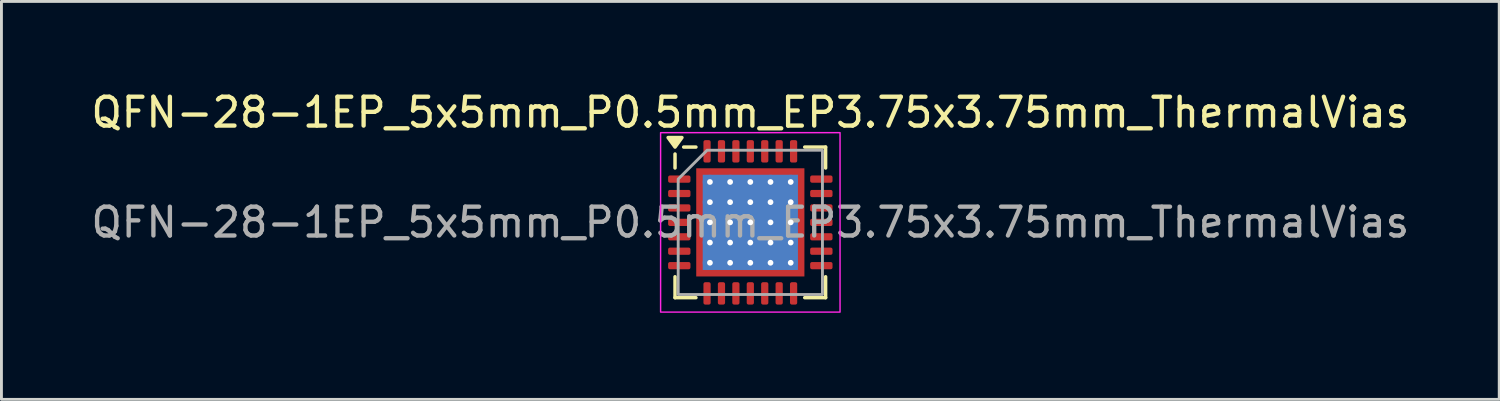
<source format=kicad_pcb>
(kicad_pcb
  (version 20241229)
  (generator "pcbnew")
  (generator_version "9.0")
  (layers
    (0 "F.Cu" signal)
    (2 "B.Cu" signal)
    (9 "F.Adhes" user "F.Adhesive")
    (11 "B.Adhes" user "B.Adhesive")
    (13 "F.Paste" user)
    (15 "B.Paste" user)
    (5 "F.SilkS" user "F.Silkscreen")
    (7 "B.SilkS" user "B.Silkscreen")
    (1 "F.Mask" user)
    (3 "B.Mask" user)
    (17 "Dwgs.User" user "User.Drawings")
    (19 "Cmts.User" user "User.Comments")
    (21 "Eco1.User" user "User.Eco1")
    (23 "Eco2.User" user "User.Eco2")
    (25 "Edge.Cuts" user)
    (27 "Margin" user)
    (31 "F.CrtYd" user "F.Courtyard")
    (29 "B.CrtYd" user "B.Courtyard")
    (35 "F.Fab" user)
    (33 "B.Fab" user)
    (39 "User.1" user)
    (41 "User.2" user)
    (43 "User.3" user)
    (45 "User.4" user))
  (footprint "QFN-28-1EP_5x5mm_P0.5mm_EP3.75x3.75mm_ThermalVias"
    (layer "F.Cu")
    (at 22.958 4.658)
    (property "Reference" "QFN-28-1EP_5x5mm_P0.5mm_EP3.75x3.75mm_ThermalVias" (at 0 -3.81 0) (layer "F.SilkS") (effects (font (size 1 1) (thickness 0.15))))
    (attr smd)
    (fp_line (start -2.61 -1.885) (end -2.61 -2.37) (stroke (width 0.12) (type solid)) (layer "F.SilkS"))
    (fp_line (start -2.61 2.61) (end -2.61 1.885) (stroke (width 0.12) (type solid)) (layer "F.SilkS"))
    (fp_line (start -1.885 -2.61) (end -2.31 -2.61) (stroke (width 0.12) (type solid)) (layer "F.SilkS"))
    (fp_line (start -1.885 2.61) (end -2.61 2.61) (stroke (width 0.12) (type solid)) (layer "F.SilkS"))
    (fp_line (start 1.885 -2.61) (end 2.61 -2.61) (stroke (width 0.12) (type solid)) (layer "F.SilkS"))
    (fp_line (start 1.885 2.61) (end 2.61 2.61) (stroke (width 0.12) (type solid)) (layer "F.SilkS"))
    (fp_line (start 2.61 -2.61) (end 2.61 -1.885) (stroke (width 0.12) (type solid)) (layer "F.SilkS"))
    (fp_line (start 2.61 2.61) (end 2.61 1.885) (stroke (width 0.12) (type solid)) (layer "F.SilkS"))
    (fp_poly (pts (xy -2.61 -2.61) (xy -2.85 -2.94) (xy -2.37 -2.94)) (stroke (width 0.12) (type solid)) (fill yes) (layer "F.SilkS"))
    (fp_rect (start -3.11 -3.11) (end 3.11 3.11) (stroke (width 0.05) (type solid)) (fill no) (layer "F.CrtYd"))
    (fp_poly (pts (xy -2.5 -1.5) (xy -2.5 2.5) (xy 2.5 2.5) (xy 2.5 -2.5) (xy -1.5 -2.5)) (stroke (width 0.1) (type solid)) (fill no) (layer "F.Fab"))
    (fp_text user "${REFERENCE}" (at 0 0 0) (layer "F.Fab") (effects (font (size 1 1) (thickness 0.15))))
    (pad "" smd custom (at -1.637 -1.637) (size 0.248 0.248) (layers "F.Paste") (options (anchor circle)) (primitives (gr_poly (pts (xy -0.096 -0.096) (xy 0.096 -0.096) (xy 0.096 -0.039) (xy -0.039 0.096) (xy -0.096 0.096)) (width 0.191) (fill yes))))
    (pad "" smd custom (at -1.637 -1.05) (size 0.263 0.263) (layers "F.Paste") (options (anchor circle)) (primitives (gr_poly (pts (xy -0.096 -0.186) (xy -0.017 -0.186) (xy 0.096 -0.074) (xy 0.096 0.074) (xy -0.017 0.186) (xy -0.096 0.186)) (width 0.191) (fill yes))))
    (pad "" smd custom (at -1.637 -0.35) (size 0.263 0.263) (layers "F.Paste") (options (anchor circle)) (primitives (gr_poly (pts (xy -0.096 -0.186) (xy -0.017 -0.186) (xy 0.096 -0.074) (xy 0.096 0.074) (xy -0.017 0.186) (xy -0.096 0.186)) (width 0.191) (fill yes))))
    (pad "" smd custom (at -1.637 0.35) (size 0.263 0.263) (layers "F.Paste") (options (anchor circle)) (primitives (gr_poly (pts (xy -0.096 -0.186) (xy -0.017 -0.186) (xy 0.096 -0.074) (xy 0.096 0.074) (xy -0.017 0.186) (xy -0.096 0.186)) (width 0.191) (fill yes))))
    (pad "" smd custom (at -1.637 1.05) (size 0.263 0.263) (layers "F.Paste") (options (anchor circle)) (primitives (gr_poly (pts (xy -0.096 -0.186) (xy -0.017 -0.186) (xy 0.096 -0.074) (xy 0.096 0.074) (xy -0.017 0.186) (xy -0.096 0.186)) (width 0.191) (fill yes))))
    (pad "" smd custom (at -1.637 1.637) (size 0.248 0.248) (layers "F.Paste") (options (anchor circle)) (primitives (gr_poly (pts (xy -0.096 -0.096) (xy -0.039 -0.096) (xy 0.096 0.039) (xy 0.096 0.096) (xy -0.096 0.096)) (width 0.191) (fill yes))))
    (pad "" smd custom (at -1.05 -1.637) (size 0.263 0.263) (layers "F.Paste") (options (anchor circle)) (primitives (gr_poly (pts (xy -0.186 -0.096) (xy 0.186 -0.096) (xy 0.186 -0.017) (xy 0.074 0.096) (xy -0.074 0.096) (xy -0.186 -0.017)) (width 0.191) (fill yes))))
    (pad "" smd custom (at -1.05 -1.05) (size 0.46 0.46) (layers "F.Paste") (options (anchor circle)) (primitives (gr_poly (pts (xy -0.178 -0.092) (xy -0.092 -0.178) (xy 0.092 -0.178) (xy 0.178 -0.092) (xy 0.178 0.092) (xy 0.092 0.178) (xy -0.092 0.178) (xy -0.178 0.092)) (width 0.208) (fill yes))))
    (pad "" smd custom (at -1.05 -0.35) (size 0.46 0.46) (layers "F.Paste") (options (anchor circle)) (primitives (gr_poly (pts (xy -0.178 -0.092) (xy -0.092 -0.178) (xy 0.092 -0.178) (xy 0.178 -0.092) (xy 0.178 0.092) (xy 0.092 0.178) (xy -0.092 0.178) (xy -0.178 0.092)) (width 0.208) (fill yes))))
    (pad "" smd custom (at -1.05 0.35) (size 0.46 0.46) (layers "F.Paste") (options (anchor circle)) (primitives (gr_poly (pts (xy -0.178 -0.092) (xy -0.092 -0.178) (xy 0.092 -0.178) (xy 0.178 -0.092) (xy 0.178 0.092) (xy 0.092 0.178) (xy -0.092 0.178) (xy -0.178 0.092)) (width 0.208) (fill yes))))
    (pad "" smd custom (at -1.05 1.05) (size 0.46 0.46) (layers "F.Paste") (options (anchor circle)) (primitives (gr_poly (pts (xy -0.178 -0.092) (xy -0.092 -0.178) (xy 0.092 -0.178) (xy 0.178 -0.092) (xy 0.178 0.092) (xy 0.092 0.178) (xy -0.092 0.178) (xy -0.178 0.092)) (width 0.208) (fill yes))))
    (pad "" smd custom (at -1.05 1.637) (size 0.263 0.263) (layers "F.Paste") (options (anchor circle)) (primitives (gr_poly (pts (xy -0.186 0.017) (xy -0.074 -0.096) (xy 0.074 -0.096) (xy 0.186 0.017) (xy 0.186 0.096) (xy -0.186 0.096)) (width 0.191) (fill yes))))
    (pad "" smd custom (at -0.35 -1.637) (size 0.263 0.263) (layers "F.Paste") (options (anchor circle)) (primitives (gr_poly (pts (xy -0.186 -0.096) (xy 0.186 -0.096) (xy 0.186 -0.017) (xy 0.074 0.096) (xy -0.074 0.096) (xy -0.186 -0.017)) (width 0.191) (fill yes))))
    (pad "" smd custom (at -0.35 -1.05) (size 0.46 0.46) (layers "F.Paste") (options (anchor circle)) (primitives (gr_poly (pts (xy -0.178 -0.092) (xy -0.092 -0.178) (xy 0.092 -0.178) (xy 0.178 -0.092) (xy 0.178 0.092) (xy 0.092 0.178) (xy -0.092 0.178) (xy -0.178 0.092)) (width 0.208) (fill yes))))
    (pad "" smd custom (at -0.35 -0.35) (size 0.46 0.46) (layers "F.Paste") (options (anchor circle)) (primitives (gr_poly (pts (xy -0.178 -0.092) (xy -0.092 -0.178) (xy 0.092 -0.178) (xy 0.178 -0.092) (xy 0.178 0.092) (xy 0.092 0.178) (xy -0.092 0.178) (xy -0.178 0.092)) (width 0.208) (fill yes))))
    (pad "" smd custom (at -0.35 0.35) (size 0.46 0.46) (layers "F.Paste") (options (anchor circle)) (primitives (gr_poly (pts (xy -0.178 -0.092) (xy -0.092 -0.178) (xy 0.092 -0.178) (xy 0.178 -0.092) (xy 0.178 0.092) (xy 0.092 0.178) (xy -0.092 0.178) (xy -0.178 0.092)) (width 0.208) (fill yes))))
    (pad "" smd custom (at -0.35 1.05) (size 0.46 0.46) (layers "F.Paste") (options (anchor circle)) (primitives (gr_poly (pts (xy -0.178 -0.092) (xy -0.092 -0.178) (xy 0.092 -0.178) (xy 0.178 -0.092) (xy 0.178 0.092) (xy 0.092 0.178) (xy -0.092 0.178) (xy -0.178 0.092)) (width 0.208) (fill yes))))
    (pad "" smd custom (at -0.35 1.637) (size 0.263 0.263) (layers "F.Paste") (options (anchor circle)) (primitives (gr_poly (pts (xy -0.186 0.017) (xy -0.074 -0.096) (xy 0.074 -0.096) (xy 0.186 0.017) (xy 0.186 0.096) (xy -0.186 0.096)) (width 0.191) (fill yes))))
    (pad "" smd custom (at 0.35 -1.637) (size 0.263 0.263) (layers "F.Paste") (options (anchor circle)) (primitives (gr_poly (pts (xy -0.186 -0.096) (xy 0.186 -0.096) (xy 0.186 -0.017) (xy 0.074 0.096) (xy -0.074 0.096) (xy -0.186 -0.017)) (width 0.191) (fill yes))))
    (pad "" smd custom (at 0.35 -1.05) (size 0.46 0.46) (layers "F.Paste") (options (anchor circle)) (primitives (gr_poly (pts (xy -0.178 -0.092) (xy -0.092 -0.178) (xy 0.092 -0.178) (xy 0.178 -0.092) (xy 0.178 0.092) (xy 0.092 0.178) (xy -0.092 0.178) (xy -0.178 0.092)) (width 0.208) (fill yes))))
    (pad "" smd custom (at 0.35 -0.35) (size 0.46 0.46) (layers "F.Paste") (options (anchor circle)) (primitives (gr_poly (pts (xy -0.178 -0.092) (xy -0.092 -0.178) (xy 0.092 -0.178) (xy 0.178 -0.092) (xy 0.178 0.092) (xy 0.092 0.178) (xy -0.092 0.178) (xy -0.178 0.092)) (width 0.208) (fill yes))))
    (pad "" smd custom (at 0.35 0.35) (size 0.46 0.46) (layers "F.Paste") (options (anchor circle)) (primitives (gr_poly (pts (xy -0.178 -0.092) (xy -0.092 -0.178) (xy 0.092 -0.178) (xy 0.178 -0.092) (xy 0.178 0.092) (xy 0.092 0.178) (xy -0.092 0.178) (xy -0.178 0.092)) (width 0.208) (fill yes))))
    (pad "" smd custom (at 0.35 1.05) (size 0.46 0.46) (layers "F.Paste") (options (anchor circle)) (primitives (gr_poly (pts (xy -0.178 -0.092) (xy -0.092 -0.178) (xy 0.092 -0.178) (xy 0.178 -0.092) (xy 0.178 0.092) (xy 0.092 0.178) (xy -0.092 0.178) (xy -0.178 0.092)) (width 0.208) (fill yes))))
    (pad "" smd custom (at 0.35 1.637) (size 0.263 0.263) (layers "F.Paste") (options (anchor circle)) (primitives (gr_poly (pts (xy -0.186 0.017) (xy -0.074 -0.096) (xy 0.074 -0.096) (xy 0.186 0.017) (xy 0.186 0.096) (xy -0.186 0.096)) (width 0.191) (fill yes))))
    (pad "" smd custom (at 1.05 -1.637) (size 0.263 0.263) (layers "F.Paste") (options (anchor circle)) (primitives (gr_poly (pts (xy -0.186 -0.096) (xy 0.186 -0.096) (xy 0.186 -0.017) (xy 0.074 0.096) (xy -0.074 0.096) (xy -0.186 -0.017)) (width 0.191) (fill yes))))
    (pad "" smd custom (at 1.05 -1.05) (size 0.46 0.46) (layers "F.Paste") (options (anchor circle)) (primitives (gr_poly (pts (xy -0.178 -0.092) (xy -0.092 -0.178) (xy 0.092 -0.178) (xy 0.178 -0.092) (xy 0.178 0.092) (xy 0.092 0.178) (xy -0.092 0.178) (xy -0.178 0.092)) (width 0.208) (fill yes))))
    (pad "" smd custom (at 1.05 -0.35) (size 0.46 0.46) (layers "F.Paste") (options (anchor circle)) (primitives (gr_poly (pts (xy -0.178 -0.092) (xy -0.092 -0.178) (xy 0.092 -0.178) (xy 0.178 -0.092) (xy 0.178 0.092) (xy 0.092 0.178) (xy -0.092 0.178) (xy -0.178 0.092)) (width 0.208) (fill yes))))
    (pad "" smd custom (at 1.05 0.35) (size 0.46 0.46) (layers "F.Paste") (options (anchor circle)) (primitives (gr_poly (pts (xy -0.178 -0.092) (xy -0.092 -0.178) (xy 0.092 -0.178) (xy 0.178 -0.092) (xy 0.178 0.092) (xy 0.092 0.178) (xy -0.092 0.178) (xy -0.178 0.092)) (width 0.208) (fill yes))))
    (pad "" smd custom (at 1.05 1.05) (size 0.46 0.46) (layers "F.Paste") (options (anchor circle)) (primitives (gr_poly (pts (xy -0.178 -0.092) (xy -0.092 -0.178) (xy 0.092 -0.178) (xy 0.178 -0.092) (xy 0.178 0.092) (xy 0.092 0.178) (xy -0.092 0.178) (xy -0.178 0.092)) (width 0.208) (fill yes))))
    (pad "" smd custom (at 1.05 1.637) (size 0.263 0.263) (layers "F.Paste") (options (anchor circle)) (primitives (gr_poly (pts (xy -0.186 0.017) (xy -0.074 -0.096) (xy 0.074 -0.096) (xy 0.186 0.017) (xy 0.186 0.096) (xy -0.186 0.096)) (width 0.191) (fill yes))))
    (pad "" smd custom (at 1.637 -1.637) (size 0.248 0.248) (layers "F.Paste") (options (anchor circle)) (primitives (gr_poly (pts (xy -0.096 -0.096) (xy 0.096 -0.096) (xy 0.096 0.096) (xy 0.039 0.096) (xy -0.096 -0.039)) (width 0.191) (fill yes))))
    (pad "" smd custom (at 1.637 -1.05) (size 0.263 0.263) (layers "F.Paste") (options (anchor circle)) (primitives (gr_poly (pts (xy -0.096 -0.074) (xy 0.017 -0.186) (xy 0.096 -0.186) (xy 0.096 0.186) (xy 0.017 0.186) (xy -0.096 0.074)) (width 0.191) (fill yes))))
    (pad "" smd custom (at 1.637 -0.35) (size 0.263 0.263) (layers "F.Paste") (options (anchor circle)) (primitives (gr_poly (pts (xy -0.096 -0.074) (xy 0.017 -0.186) (xy 0.096 -0.186) (xy 0.096 0.186) (xy 0.017 0.186) (xy -0.096 0.074)) (width 0.191) (fill yes))))
    (pad "" smd custom (at 1.637 0.35) (size 0.263 0.263) (layers "F.Paste") (options (anchor circle)) (primitives (gr_poly (pts (xy -0.096 -0.074) (xy 0.017 -0.186) (xy 0.096 -0.186) (xy 0.096 0.186) (xy 0.017 0.186) (xy -0.096 0.074)) (width 0.191) (fill yes))))
    (pad "" smd custom (at 1.637 1.05) (size 0.263 0.263) (layers "F.Paste") (options (anchor circle)) (primitives (gr_poly (pts (xy -0.096 -0.074) (xy 0.017 -0.186) (xy 0.096 -0.186) (xy 0.096 0.186) (xy 0.017 0.186) (xy -0.096 0.074)) (width 0.191) (fill yes))))
    (pad "" smd custom (at 1.637 1.637) (size 0.248 0.248) (layers "F.Paste") (options (anchor circle)) (primitives (gr_poly (pts (xy -0.096 0.039) (xy 0.039 -0.096) (xy 0.096 -0.096) (xy 0.096 0.096) (xy -0.096 0.096)) (width 0.191) (fill yes))))
    (pad "1" smd roundrect (at -2.462 -1.5) (size 0.775 0.25) (layers "F.Cu" "F.Mask" "F.Paste") (roundrect_rratio 0.25))
    (pad "2" smd roundrect (at -2.462 -1) (size 0.775 0.25) (layers "F.Cu" "F.Mask" "F.Paste") (roundrect_rratio 0.25))
    (pad "3" smd roundrect (at -2.462 -0.5) (size 0.775 0.25) (layers "F.Cu" "F.Mask" "F.Paste") (roundrect_rratio 0.25))
    (pad "4" smd roundrect (at -2.462 0) (size 0.775 0.25) (layers "F.Cu" "F.Mask" "F.Paste") (roundrect_rratio 0.25))
    (pad "5" smd roundrect (at -2.462 0.5) (size 0.775 0.25) (layers "F.Cu" "F.Mask" "F.Paste") (roundrect_rratio 0.25))
    (pad "6" smd roundrect (at -2.462 1) (size 0.775 0.25) (layers "F.Cu" "F.Mask" "F.Paste") (roundrect_rratio 0.25))
    (pad "7" smd roundrect (at -2.462 1.5) (size 0.775 0.25) (layers "F.Cu" "F.Mask" "F.Paste") (roundrect_rratio 0.25))
    (pad "8" smd roundrect (at -1.5 2.462) (size 0.25 0.775) (layers "F.Cu" "F.Mask" "F.Paste") (roundrect_rratio 0.25))
    (pad "9" smd roundrect (at -1 2.462) (size 0.25 0.775) (layers "F.Cu" "F.Mask" "F.Paste") (roundrect_rratio 0.25))
    (pad "10" smd roundrect (at -0.5 2.462) (size 0.25 0.775) (layers "F.Cu" "F.Mask" "F.Paste") (roundrect_rratio 0.25))
    (pad "11" smd roundrect (at 0 2.462) (size 0.25 0.775) (layers "F.Cu" "F.Mask" "F.Paste") (roundrect_rratio 0.25))
    (pad "12" smd roundrect (at 0.5 2.462) (size 0.25 0.775) (layers "F.Cu" "F.Mask" "F.Paste") (roundrect_rratio 0.25))
    (pad "13" smd roundrect (at 1 2.462) (size 0.25 0.775) (layers "F.Cu" "F.Mask" "F.Paste") (roundrect_rratio 0.25))
    (pad "14" smd roundrect (at 1.5 2.462) (size 0.25 0.775) (layers "F.Cu" "F.Mask" "F.Paste") (roundrect_rratio 0.25))
    (pad "15" smd roundrect (at 2.462 1.5) (size 0.775 0.25) (layers "F.Cu" "F.Mask" "F.Paste") (roundrect_rratio 0.25))
    (pad "16" smd roundrect (at 2.462 1) (size 0.775 0.25) (layers "F.Cu" "F.Mask" "F.Paste") (roundrect_rratio 0.25))
    (pad "17" smd roundrect (at 2.462 0.5) (size 0.775 0.25) (layers "F.Cu" "F.Mask" "F.Paste") (roundrect_rratio 0.25))
    (pad "18" smd roundrect (at 2.462 0) (size 0.775 0.25) (layers "F.Cu" "F.Mask" "F.Paste") (roundrect_rratio 0.25))
    (pad "19" smd roundrect (at 2.462 -0.5) (size 0.775 0.25) (layers "F.Cu" "F.Mask" "F.Paste") (roundrect_rratio 0.25))
    (pad "20" smd roundrect (at 2.462 -1) (size 0.775 0.25) (layers "F.Cu" "F.Mask" "F.Paste") (roundrect_rratio 0.25))
    (pad "21" smd roundrect (at 2.462 -1.5) (size 0.775 0.25) (layers "F.Cu" "F.Mask" "F.Paste") (roundrect_rratio 0.25))
    (pad "22" smd roundrect (at 1.5 -2.462) (size 0.25 0.775) (layers "F.Cu" "F.Mask" "F.Paste") (roundrect_rratio 0.25))
    (pad "23" smd roundrect (at 1 -2.462) (size 0.25 0.775) (layers "F.Cu" "F.Mask" "F.Paste") (roundrect_rratio 0.25))
    (pad "24" smd roundrect (at 0.5 -2.462) (size 0.25 0.775) (layers "F.Cu" "F.Mask" "F.Paste") (roundrect_rratio 0.25))
    (pad "25" smd roundrect (at 0 -2.462) (size 0.25 0.775) (layers "F.Cu" "F.Mask" "F.Paste") (roundrect_rratio 0.25))
    (pad "26" smd roundrect (at -0.5 -2.462) (size 0.25 0.775) (layers "F.Cu" "F.Mask" "F.Paste") (roundrect_rratio 0.25))
    (pad "27" smd roundrect (at -1 -2.462) (size 0.25 0.775) (layers "F.Cu" "F.Mask" "F.Paste") (roundrect_rratio 0.25))
    (pad "28" smd roundrect (at -1.5 -2.462) (size 0.25 0.775) (layers "F.Cu" "F.Mask" "F.Paste") (roundrect_rratio 0.25))
    (pad "29" thru_hole circle (at -1.4 -1.4) (size 0.5 0.5) (drill 0.2) (property pad_prop_heatsink) (layers "*.Cu"))
    (pad "29" thru_hole circle (at -1.4 -0.7) (size 0.5 0.5) (drill 0.2) (property pad_prop_heatsink) (layers "*.Cu"))
    (pad "29" thru_hole circle (at -1.4 0) (size 0.5 0.5) (drill 0.2) (property pad_prop_heatsink) (layers "*.Cu"))
    (pad "29" thru_hole circle (at -1.4 0.7) (size 0.5 0.5) (drill 0.2) (property pad_prop_heatsink) (layers "*.Cu"))
    (pad "29" thru_hole circle (at -1.4 1.4) (size 0.5 0.5) (drill 0.2) (property pad_prop_heatsink) (layers "*.Cu"))
    (pad "29" thru_hole circle (at -0.7 -1.4) (size 0.5 0.5) (drill 0.2) (property pad_prop_heatsink) (layers "*.Cu"))
    (pad "29" thru_hole circle (at -0.7 -0.7) (size 0.5 0.5) (drill 0.2) (property pad_prop_heatsink) (layers "*.Cu"))
    (pad "29" thru_hole circle (at -0.7 0) (size 0.5 0.5) (drill 0.2) (property pad_prop_heatsink) (layers "*.Cu"))
    (pad "29" thru_hole circle (at -0.7 0.7) (size 0.5 0.5) (drill 0.2) (property pad_prop_heatsink) (layers "*.Cu"))
    (pad "29" thru_hole circle (at -0.7 1.4) (size 0.5 0.5) (drill 0.2) (property pad_prop_heatsink) (layers "*.Cu"))
    (pad "29" thru_hole circle (at 0 -1.4) (size 0.5 0.5) (drill 0.2) (property pad_prop_heatsink) (layers "*.Cu"))
    (pad "29" thru_hole circle (at 0 -0.7) (size 0.5 0.5) (drill 0.2) (property pad_prop_heatsink) (layers "*.Cu"))
    (pad "29" thru_hole circle (at 0 0) (size 0.5 0.5) (drill 0.2) (property pad_prop_heatsink) (layers "*.Cu"))
    (pad "29" smd rect (at 0 0) (size 3.3 3.3) (property pad_prop_heatsink) (layers "B.Cu"))
    (pad "29" smd rect (at 0 0) (size 3.75 3.75) (property pad_prop_heatsink) (layers "F.Cu" "F.Mask"))
    (pad "29" thru_hole circle (at 0 0.7) (size 0.5 0.5) (drill 0.2) (property pad_prop_heatsink) (layers "*.Cu"))
    (pad "29" thru_hole circle (at 0 1.4) (size 0.5 0.5) (drill 0.2) (property pad_prop_heatsink) (layers "*.Cu"))
    (pad "29" thru_hole circle (at 0.7 -1.4) (size 0.5 0.5) (drill 0.2) (property pad_prop_heatsink) (layers "*.Cu"))
    (pad "29" thru_hole circle (at 0.7 -0.7) (size 0.5 0.5) (drill 0.2) (property pad_prop_heatsink) (layers "*.Cu"))
    (pad "29" thru_hole circle (at 0.7 0) (size 0.5 0.5) (drill 0.2) (property pad_prop_heatsink) (layers "*.Cu"))
    (pad "29" thru_hole circle (at 0.7 0.7) (size 0.5 0.5) (drill 0.2) (property pad_prop_heatsink) (layers "*.Cu"))
    (pad "29" thru_hole circle (at 0.7 1.4) (size 0.5 0.5) (drill 0.2) (property pad_prop_heatsink) (layers "*.Cu"))
    (pad "29" thru_hole circle (at 1.4 -1.4) (size 0.5 0.5) (drill 0.2) (property pad_prop_heatsink) (layers "*.Cu"))
    (pad "29" thru_hole circle (at 1.4 -0.7) (size 0.5 0.5) (drill 0.2) (property pad_prop_heatsink) (layers "*.Cu"))
    (pad "29" thru_hole circle (at 1.4 0) (size 0.5 0.5) (drill 0.2) (property pad_prop_heatsink) (layers "*.Cu"))
    (pad "29" thru_hole circle (at 1.4 0.7) (size 0.5 0.5) (drill 0.2) (property pad_prop_heatsink) (layers "*.Cu"))
    (pad "29" thru_hole circle (at 1.4 1.4) (size 0.5 0.5) (drill 0.2) (property pad_prop_heatsink) (layers "*.Cu")))
  (gr_rect
    (start -3 -3)
    (end 48.917 10.793)
    (stroke (width 0.1) (type default))
    (fill no)
    (layer "Edge.Cuts")))
</source>
